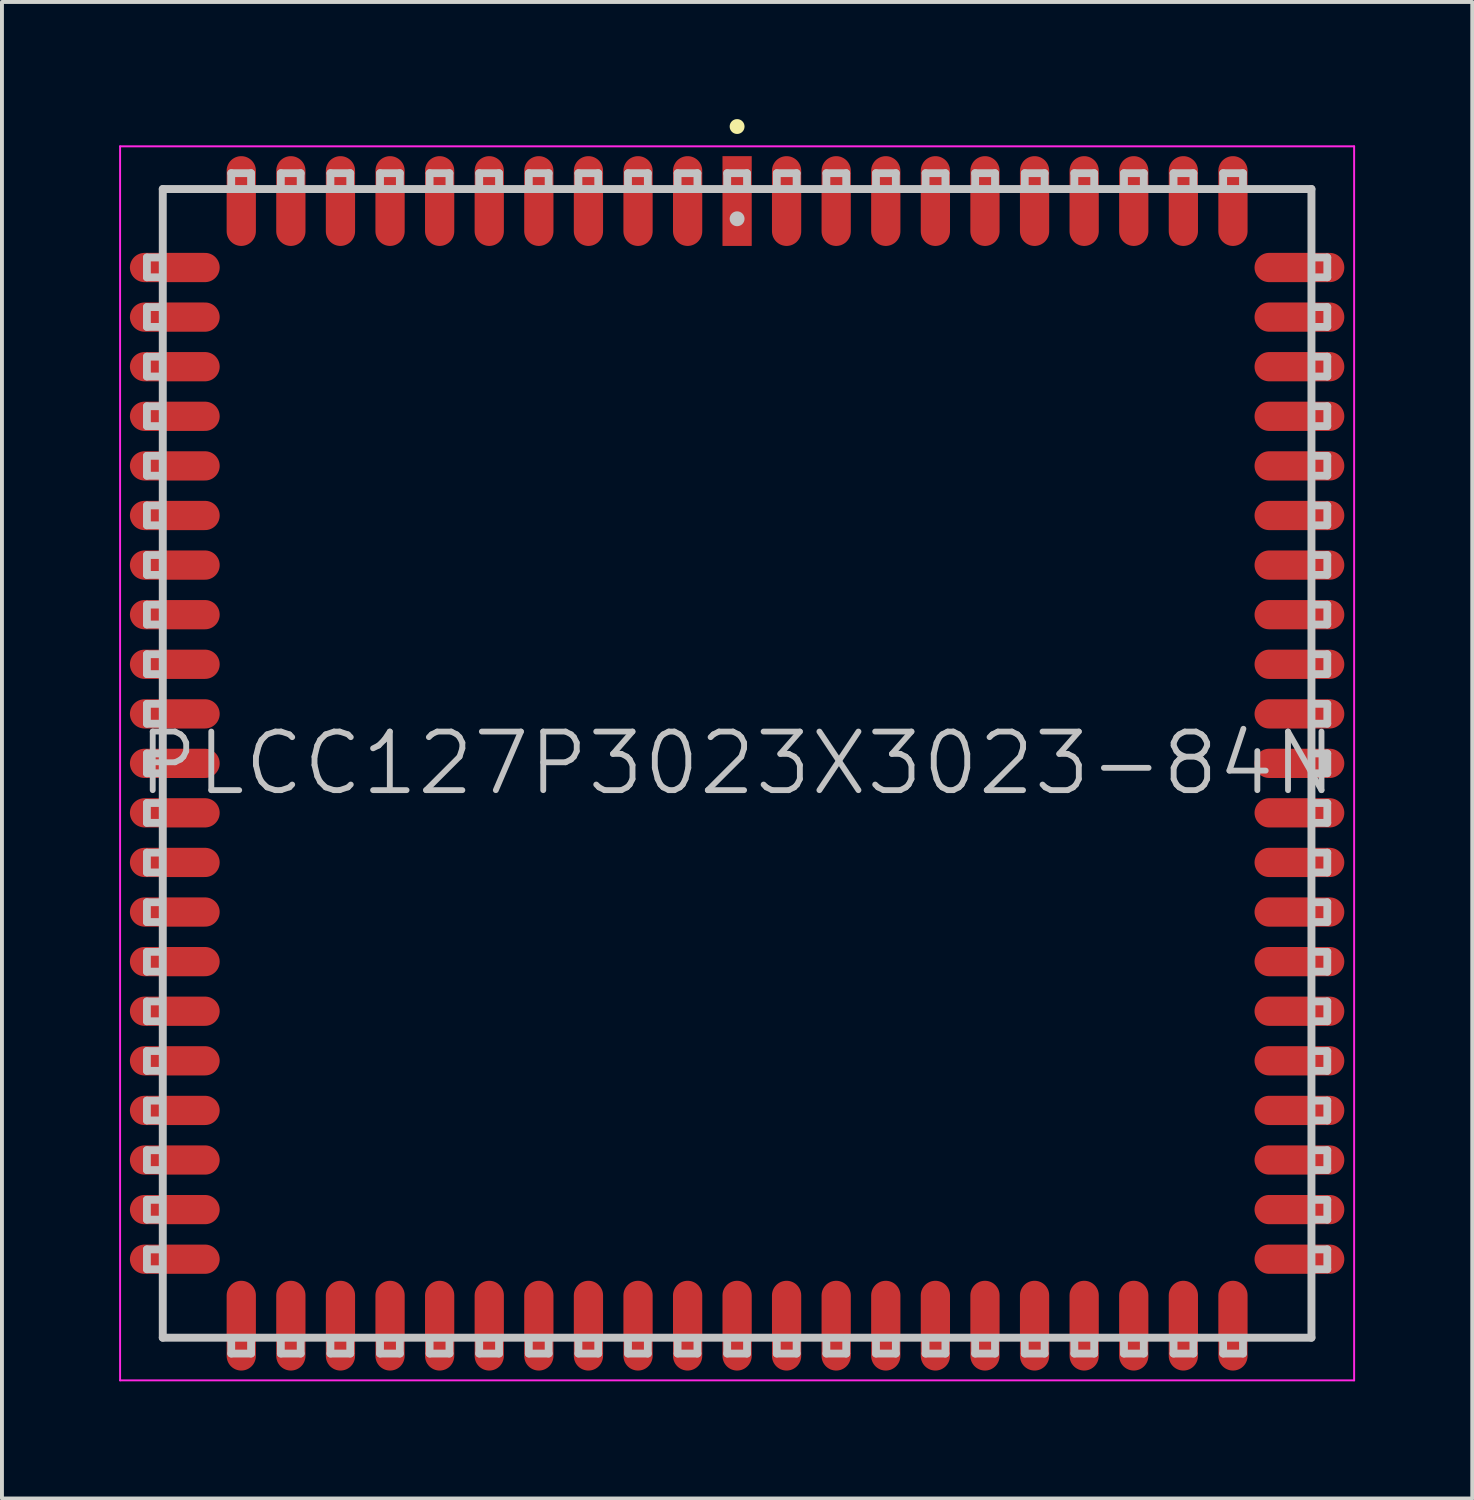
<source format=kicad_pcb>
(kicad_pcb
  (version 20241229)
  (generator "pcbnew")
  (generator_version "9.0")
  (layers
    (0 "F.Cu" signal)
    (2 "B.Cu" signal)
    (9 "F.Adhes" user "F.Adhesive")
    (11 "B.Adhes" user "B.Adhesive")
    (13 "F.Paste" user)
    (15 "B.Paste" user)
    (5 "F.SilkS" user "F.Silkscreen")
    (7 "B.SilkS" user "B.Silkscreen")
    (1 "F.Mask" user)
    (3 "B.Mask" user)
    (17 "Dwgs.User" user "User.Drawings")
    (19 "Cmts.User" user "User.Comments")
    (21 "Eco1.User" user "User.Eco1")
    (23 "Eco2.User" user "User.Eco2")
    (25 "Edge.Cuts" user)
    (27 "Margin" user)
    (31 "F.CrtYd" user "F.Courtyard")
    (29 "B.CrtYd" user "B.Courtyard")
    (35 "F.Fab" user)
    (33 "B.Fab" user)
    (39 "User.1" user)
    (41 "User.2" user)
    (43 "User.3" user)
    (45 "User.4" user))
  (footprint "PLCC127P3023X3023-84N"
    (layer "F.Cu")
    (at 15.825 16.497)
    (property "Reference" "PLCC127P3023X3023-84N" (at 0 0 0) (layer "Dwgs.User") (effects (font (size 1.5 1.5) (thickness 0.15))))
    (attr smd)
    (fp_line (start 0 -16.307) (end 0 -16.307) (stroke (width 0.381) (type solid)) (layer "F.SilkS"))
    (fp_line (start -15.113 -12.446) (end -15.113 -12.954) (stroke (width 0.2) (type solid)) (layer "Dwgs.User"))
    (fp_line (start -15.113 -11.176) (end -15.113 -11.684) (stroke (width 0.2) (type solid)) (layer "Dwgs.User"))
    (fp_line (start -15.113 -9.906) (end -15.113 -10.414) (stroke (width 0.2) (type solid)) (layer "Dwgs.User"))
    (fp_line (start -15.113 -8.636) (end -15.113 -9.144) (stroke (width 0.2) (type solid)) (layer "Dwgs.User"))
    (fp_line (start -15.113 -7.366) (end -15.113 -7.874) (stroke (width 0.2) (type solid)) (layer "Dwgs.User"))
    (fp_line (start -15.113 -6.096) (end -15.113 -6.604) (stroke (width 0.2) (type solid)) (layer "Dwgs.User"))
    (fp_line (start -15.113 -4.826) (end -15.113 -5.334) (stroke (width 0.2) (type solid)) (layer "Dwgs.User"))
    (fp_line (start -15.113 -3.556) (end -15.113 -4.064) (stroke (width 0.2) (type solid)) (layer "Dwgs.User"))
    (fp_line (start -15.113 -2.286) (end -15.113 -2.794) (stroke (width 0.2) (type solid)) (layer "Dwgs.User"))
    (fp_line (start -15.113 -1.016) (end -15.113 -1.524) (stroke (width 0.2) (type solid)) (layer "Dwgs.User"))
    (fp_line (start -15.113 0.254) (end -15.113 -0.254) (stroke (width 0.2) (type solid)) (layer "Dwgs.User"))
    (fp_line (start -15.113 1.524) (end -15.113 1.016) (stroke (width 0.2) (type solid)) (layer "Dwgs.User"))
    (fp_line (start -15.113 2.794) (end -15.113 2.286) (stroke (width 0.2) (type solid)) (layer "Dwgs.User"))
    (fp_line (start -15.113 4.064) (end -15.113 3.556) (stroke (width 0.2) (type solid)) (layer "Dwgs.User"))
    (fp_line (start -15.113 5.334) (end -15.113 4.826) (stroke (width 0.2) (type solid)) (layer "Dwgs.User"))
    (fp_line (start -15.113 6.604) (end -15.113 6.096) (stroke (width 0.2) (type solid)) (layer "Dwgs.User"))
    (fp_line (start -15.113 7.874) (end -15.113 7.366) (stroke (width 0.2) (type solid)) (layer "Dwgs.User"))
    (fp_line (start -15.113 9.144) (end -15.113 8.636) (stroke (width 0.2) (type solid)) (layer "Dwgs.User"))
    (fp_line (start -15.113 10.414) (end -15.113 9.906) (stroke (width 0.2) (type solid)) (layer "Dwgs.User"))
    (fp_line (start -15.113 11.684) (end -15.113 11.176) (stroke (width 0.2) (type solid)) (layer "Dwgs.User"))
    (fp_line (start -15.113 12.954) (end -15.113 12.446) (stroke (width 0.2) (type solid)) (layer "Dwgs.User"))
    (fp_line (start -14.732 -12.954) (end -15.113 -12.954) (stroke (width 0.2) (type solid)) (layer "Dwgs.User"))
    (fp_line (start -14.732 -12.446) (end -15.113 -12.446) (stroke (width 0.2) (type solid)) (layer "Dwgs.User"))
    (fp_line (start -14.732 -11.684) (end -15.113 -11.684) (stroke (width 0.2) (type solid)) (layer "Dwgs.User"))
    (fp_line (start -14.732 -11.176) (end -15.113 -11.176) (stroke (width 0.2) (type solid)) (layer "Dwgs.User"))
    (fp_line (start -14.732 -10.414) (end -15.113 -10.414) (stroke (width 0.2) (type solid)) (layer "Dwgs.User"))
    (fp_line (start -14.732 -9.906) (end -15.113 -9.906) (stroke (width 0.2) (type solid)) (layer "Dwgs.User"))
    (fp_line (start -14.732 -9.144) (end -15.113 -9.144) (stroke (width 0.2) (type solid)) (layer "Dwgs.User"))
    (fp_line (start -14.732 -8.636) (end -15.113 -8.636) (stroke (width 0.2) (type solid)) (layer "Dwgs.User"))
    (fp_line (start -14.732 -7.874) (end -15.113 -7.874) (stroke (width 0.2) (type solid)) (layer "Dwgs.User"))
    (fp_line (start -14.732 -7.366) (end -15.113 -7.366) (stroke (width 0.2) (type solid)) (layer "Dwgs.User"))
    (fp_line (start -14.732 -6.604) (end -15.113 -6.604) (stroke (width 0.2) (type solid)) (layer "Dwgs.User"))
    (fp_line (start -14.732 -6.096) (end -15.113 -6.096) (stroke (width 0.2) (type solid)) (layer "Dwgs.User"))
    (fp_line (start -14.732 -5.334) (end -15.113 -5.334) (stroke (width 0.2) (type solid)) (layer "Dwgs.User"))
    (fp_line (start -14.732 -4.826) (end -15.113 -4.826) (stroke (width 0.2) (type solid)) (layer "Dwgs.User"))
    (fp_line (start -14.732 -4.064) (end -15.113 -4.064) (stroke (width 0.2) (type solid)) (layer "Dwgs.User"))
    (fp_line (start -14.732 -3.556) (end -15.113 -3.556) (stroke (width 0.2) (type solid)) (layer "Dwgs.User"))
    (fp_line (start -14.732 -2.794) (end -15.113 -2.794) (stroke (width 0.2) (type solid)) (layer "Dwgs.User"))
    (fp_line (start -14.732 -2.286) (end -15.113 -2.286) (stroke (width 0.2) (type solid)) (layer "Dwgs.User"))
    (fp_line (start -14.732 -1.524) (end -15.113 -1.524) (stroke (width 0.2) (type solid)) (layer "Dwgs.User"))
    (fp_line (start -14.732 -1.016) (end -15.113 -1.016) (stroke (width 0.2) (type solid)) (layer "Dwgs.User"))
    (fp_line (start -14.732 -0.254) (end -15.113 -0.254) (stroke (width 0.2) (type solid)) (layer "Dwgs.User"))
    (fp_line (start -14.732 0.254) (end -15.113 0.254) (stroke (width 0.2) (type solid)) (layer "Dwgs.User"))
    (fp_line (start -14.732 1.016) (end -15.113 1.016) (stroke (width 0.2) (type solid)) (layer "Dwgs.User"))
    (fp_line (start -14.732 1.524) (end -15.113 1.524) (stroke (width 0.2) (type solid)) (layer "Dwgs.User"))
    (fp_line (start -14.732 2.286) (end -15.113 2.286) (stroke (width 0.2) (type solid)) (layer "Dwgs.User"))
    (fp_line (start -14.732 2.794) (end -15.113 2.794) (stroke (width 0.2) (type solid)) (layer "Dwgs.User"))
    (fp_line (start -14.732 3.556) (end -15.113 3.556) (stroke (width 0.2) (type solid)) (layer "Dwgs.User"))
    (fp_line (start -14.732 4.064) (end -15.113 4.064) (stroke (width 0.2) (type solid)) (layer "Dwgs.User"))
    (fp_line (start -14.732 4.826) (end -15.113 4.826) (stroke (width 0.2) (type solid)) (layer "Dwgs.User"))
    (fp_line (start -14.732 5.334) (end -15.113 5.334) (stroke (width 0.2) (type solid)) (layer "Dwgs.User"))
    (fp_line (start -14.732 6.096) (end -15.113 6.096) (stroke (width 0.2) (type solid)) (layer "Dwgs.User"))
    (fp_line (start -14.732 6.604) (end -15.113 6.604) (stroke (width 0.2) (type solid)) (layer "Dwgs.User"))
    (fp_line (start -14.732 7.366) (end -15.113 7.366) (stroke (width 0.2) (type solid)) (layer "Dwgs.User"))
    (fp_line (start -14.732 7.874) (end -15.113 7.874) (stroke (width 0.2) (type solid)) (layer "Dwgs.User"))
    (fp_line (start -14.732 8.636) (end -15.113 8.636) (stroke (width 0.2) (type solid)) (layer "Dwgs.User"))
    (fp_line (start -14.732 9.144) (end -15.113 9.144) (stroke (width 0.2) (type solid)) (layer "Dwgs.User"))
    (fp_line (start -14.732 9.906) (end -15.113 9.906) (stroke (width 0.2) (type solid)) (layer "Dwgs.User"))
    (fp_line (start -14.732 10.414) (end -15.113 10.414) (stroke (width 0.2) (type solid)) (layer "Dwgs.User"))
    (fp_line (start -14.732 11.176) (end -15.113 11.176) (stroke (width 0.2) (type solid)) (layer "Dwgs.User"))
    (fp_line (start -14.732 11.684) (end -15.113 11.684) (stroke (width 0.2) (type solid)) (layer "Dwgs.User"))
    (fp_line (start -14.732 12.446) (end -15.113 12.446) (stroke (width 0.2) (type solid)) (layer "Dwgs.User"))
    (fp_line (start -14.732 12.954) (end -15.113 12.954) (stroke (width 0.2) (type solid)) (layer "Dwgs.User"))
    (fp_line (start -14.707 -14.707) (end -14.707 14.707) (stroke (width 0.203) (type solid)) (layer "Dwgs.User"))
    (fp_line (start -14.707 -14.707) (end 14.707 -14.707) (stroke (width 0.203) (type solid)) (layer "Dwgs.User"))
    (fp_line (start -14.707 14.707) (end 14.707 14.707) (stroke (width 0.203) (type solid)) (layer "Dwgs.User"))
    (fp_line (start -12.954 -15.113) (end -12.446 -15.113) (stroke (width 0.2) (type solid)) (layer "Dwgs.User"))
    (fp_line (start -12.954 -14.732) (end -12.954 -15.113) (stroke (width 0.2) (type solid)) (layer "Dwgs.User"))
    (fp_line (start -12.954 14.732) (end -12.954 15.113) (stroke (width 0.2) (type solid)) (layer "Dwgs.User"))
    (fp_line (start -12.446 -14.732) (end -12.446 -15.113) (stroke (width 0.2) (type solid)) (layer "Dwgs.User"))
    (fp_line (start -12.446 14.732) (end -12.446 15.113) (stroke (width 0.2) (type solid)) (layer "Dwgs.User"))
    (fp_line (start -12.446 15.113) (end -12.954 15.113) (stroke (width 0.2) (type solid)) (layer "Dwgs.User"))
    (fp_line (start -11.684 -15.113) (end -11.176 -15.113) (stroke (width 0.2) (type solid)) (layer "Dwgs.User"))
    (fp_line (start -11.684 -14.732) (end -11.684 -15.113) (stroke (width 0.2) (type solid)) (layer "Dwgs.User"))
    (fp_line (start -11.684 14.732) (end -11.684 15.113) (stroke (width 0.2) (type solid)) (layer "Dwgs.User"))
    (fp_line (start -11.176 -14.732) (end -11.176 -15.113) (stroke (width 0.2) (type solid)) (layer "Dwgs.User"))
    (fp_line (start -11.176 14.732) (end -11.176 15.113) (stroke (width 0.2) (type solid)) (layer "Dwgs.User"))
    (fp_line (start -11.176 15.113) (end -11.684 15.113) (stroke (width 0.2) (type solid)) (layer "Dwgs.User"))
    (fp_line (start -10.414 -15.113) (end -9.906 -15.113) (stroke (width 0.2) (type solid)) (layer "Dwgs.User"))
    (fp_line (start -10.414 -14.732) (end -10.414 -15.113) (stroke (width 0.2) (type solid)) (layer "Dwgs.User"))
    (fp_line (start -10.414 14.732) (end -10.414 15.113) (stroke (width 0.2) (type solid)) (layer "Dwgs.User"))
    (fp_line (start -9.906 -14.732) (end -9.906 -15.113) (stroke (width 0.2) (type solid)) (layer "Dwgs.User"))
    (fp_line (start -9.906 14.732) (end -9.906 15.113) (stroke (width 0.2) (type solid)) (layer "Dwgs.User"))
    (fp_line (start -9.906 15.113) (end -10.414 15.113) (stroke (width 0.2) (type solid)) (layer "Dwgs.User"))
    (fp_line (start -9.144 -15.113) (end -8.636 -15.113) (stroke (width 0.2) (type solid)) (layer "Dwgs.User"))
    (fp_line (start -9.144 -14.732) (end -9.144 -15.113) (stroke (width 0.2) (type solid)) (layer "Dwgs.User"))
    (fp_line (start -9.144 14.732) (end -9.144 15.113) (stroke (width 0.2) (type solid)) (layer "Dwgs.User"))
    (fp_line (start -8.636 -14.732) (end -8.636 -15.113) (stroke (width 0.2) (type solid)) (layer "Dwgs.User"))
    (fp_line (start -8.636 14.732) (end -8.636 15.113) (stroke (width 0.2) (type solid)) (layer "Dwgs.User"))
    (fp_line (start -8.636 15.113) (end -9.144 15.113) (stroke (width 0.2) (type solid)) (layer "Dwgs.User"))
    (fp_line (start -7.874 -15.113) (end -7.366 -15.113) (stroke (width 0.2) (type solid)) (layer "Dwgs.User"))
    (fp_line (start -7.874 -14.732) (end -7.874 -15.113) (stroke (width 0.2) (type solid)) (layer "Dwgs.User"))
    (fp_line (start -7.874 14.732) (end -7.874 15.113) (stroke (width 0.2) (type solid)) (layer "Dwgs.User"))
    (fp_line (start -7.366 -14.732) (end -7.366 -15.113) (stroke (width 0.2) (type solid)) (layer "Dwgs.User"))
    (fp_line (start -7.366 14.732) (end -7.366 15.113) (stroke (width 0.2) (type solid)) (layer "Dwgs.User"))
    (fp_line (start -7.366 15.113) (end -7.874 15.113) (stroke (width 0.2) (type solid)) (layer "Dwgs.User"))
    (fp_line (start -6.604 -15.113) (end -6.096 -15.113) (stroke (width 0.2) (type solid)) (layer "Dwgs.User"))
    (fp_line (start -6.604 -14.732) (end -6.604 -15.113) (stroke (width 0.2) (type solid)) (layer "Dwgs.User"))
    (fp_line (start -6.604 14.732) (end -6.604 15.113) (stroke (width 0.2) (type solid)) (layer "Dwgs.User"))
    (fp_line (start -6.096 -14.732) (end -6.096 -15.113) (stroke (width 0.2) (type solid)) (layer "Dwgs.User"))
    (fp_line (start -6.096 14.732) (end -6.096 15.113) (stroke (width 0.2) (type solid)) (layer "Dwgs.User"))
    (fp_line (start -6.096 15.113) (end -6.604 15.113) (stroke (width 0.2) (type solid)) (layer "Dwgs.User"))
    (fp_line (start -5.334 -15.113) (end -4.826 -15.113) (stroke (width 0.2) (type solid)) (layer "Dwgs.User"))
    (fp_line (start -5.334 -14.732) (end -5.334 -15.113) (stroke (width 0.2) (type solid)) (layer "Dwgs.User"))
    (fp_line (start -5.334 14.732) (end -5.334 15.113) (stroke (width 0.2) (type solid)) (layer "Dwgs.User"))
    (fp_line (start -4.826 -14.732) (end -4.826 -15.113) (stroke (width 0.2) (type solid)) (layer "Dwgs.User"))
    (fp_line (start -4.826 14.732) (end -4.826 15.113) (stroke (width 0.2) (type solid)) (layer "Dwgs.User"))
    (fp_line (start -4.826 15.113) (end -5.334 15.113) (stroke (width 0.2) (type solid)) (layer "Dwgs.User"))
    (fp_line (start -4.064 -15.113) (end -3.556 -15.113) (stroke (width 0.2) (type solid)) (layer "Dwgs.User"))
    (fp_line (start -4.064 -14.732) (end -4.064 -15.113) (stroke (width 0.2) (type solid)) (layer "Dwgs.User"))
    (fp_line (start -4.064 14.732) (end -4.064 15.113) (stroke (width 0.2) (type solid)) (layer "Dwgs.User"))
    (fp_line (start -3.556 -14.732) (end -3.556 -15.113) (stroke (width 0.2) (type solid)) (layer "Dwgs.User"))
    (fp_line (start -3.556 14.732) (end -3.556 15.113) (stroke (width 0.2) (type solid)) (layer "Dwgs.User"))
    (fp_line (start -3.556 15.113) (end -4.064 15.113) (stroke (width 0.2) (type solid)) (layer "Dwgs.User"))
    (fp_line (start -2.794 -15.113) (end -2.286 -15.113) (stroke (width 0.2) (type solid)) (layer "Dwgs.User"))
    (fp_line (start -2.794 -14.732) (end -2.794 -15.113) (stroke (width 0.2) (type solid)) (layer "Dwgs.User"))
    (fp_line (start -2.794 14.732) (end -2.794 15.113) (stroke (width 0.2) (type solid)) (layer "Dwgs.User"))
    (fp_line (start -2.286 -14.732) (end -2.286 -15.113) (stroke (width 0.2) (type solid)) (layer "Dwgs.User"))
    (fp_line (start -2.286 14.732) (end -2.286 15.113) (stroke (width 0.2) (type solid)) (layer "Dwgs.User"))
    (fp_line (start -2.286 15.113) (end -2.794 15.113) (stroke (width 0.2) (type solid)) (layer "Dwgs.User"))
    (fp_line (start -1.524 -15.113) (end -1.016 -15.113) (stroke (width 0.2) (type solid)) (layer "Dwgs.User"))
    (fp_line (start -1.524 -14.732) (end -1.524 -15.113) (stroke (width 0.2) (type solid)) (layer "Dwgs.User"))
    (fp_line (start -1.524 14.732) (end -1.524 15.113) (stroke (width 0.2) (type solid)) (layer "Dwgs.User"))
    (fp_line (start -1.016 -14.732) (end -1.016 -15.113) (stroke (width 0.2) (type solid)) (layer "Dwgs.User"))
    (fp_line (start -1.016 14.732) (end -1.016 15.113) (stroke (width 0.2) (type solid)) (layer "Dwgs.User"))
    (fp_line (start -1.016 15.113) (end -1.524 15.113) (stroke (width 0.2) (type solid)) (layer "Dwgs.User"))
    (fp_line (start -0.254 -15.113) (end 0.254 -15.113) (stroke (width 0.2) (type solid)) (layer "Dwgs.User"))
    (fp_line (start -0.254 -14.732) (end -0.254 -15.113) (stroke (width 0.2) (type solid)) (layer "Dwgs.User"))
    (fp_line (start -0.254 14.732) (end -0.254 15.113) (stroke (width 0.2) (type solid)) (layer "Dwgs.User"))
    (fp_line (start 0 -13.945) (end 0 -13.945) (stroke (width 0.381) (type solid)) (layer "Dwgs.User"))
    (fp_line (start 0.254 -14.732) (end 0.254 -15.113) (stroke (width 0.2) (type solid)) (layer "Dwgs.User"))
    (fp_line (start 0.254 14.732) (end 0.254 15.113) (stroke (width 0.2) (type solid)) (layer "Dwgs.User"))
    (fp_line (start 0.254 15.113) (end -0.254 15.113) (stroke (width 0.2) (type solid)) (layer "Dwgs.User"))
    (fp_line (start 1.016 -15.113) (end 1.524 -15.113) (stroke (width 0.2) (type solid)) (layer "Dwgs.User"))
    (fp_line (start 1.016 -14.732) (end 1.016 -15.113) (stroke (width 0.2) (type solid)) (layer "Dwgs.User"))
    (fp_line (start 1.016 14.732) (end 1.016 15.113) (stroke (width 0.2) (type solid)) (layer "Dwgs.User"))
    (fp_line (start 1.524 -14.732) (end 1.524 -15.113) (stroke (width 0.2) (type solid)) (layer "Dwgs.User"))
    (fp_line (start 1.524 14.732) (end 1.524 15.113) (stroke (width 0.2) (type solid)) (layer "Dwgs.User"))
    (fp_line (start 1.524 15.113) (end 1.016 15.113) (stroke (width 0.2) (type solid)) (layer "Dwgs.User"))
    (fp_line (start 2.286 -15.113) (end 2.794 -15.113) (stroke (width 0.2) (type solid)) (layer "Dwgs.User"))
    (fp_line (start 2.286 -14.732) (end 2.286 -15.113) (stroke (width 0.2) (type solid)) (layer "Dwgs.User"))
    (fp_line (start 2.286 14.732) (end 2.286 15.113) (stroke (width 0.2) (type solid)) (layer "Dwgs.User"))
    (fp_line (start 2.794 -14.732) (end 2.794 -15.113) (stroke (width 0.2) (type solid)) (layer "Dwgs.User"))
    (fp_line (start 2.794 14.732) (end 2.794 15.113) (stroke (width 0.2) (type solid)) (layer "Dwgs.User"))
    (fp_line (start 2.794 15.113) (end 2.286 15.113) (stroke (width 0.2) (type solid)) (layer "Dwgs.User"))
    (fp_line (start 3.556 -15.113) (end 4.064 -15.113) (stroke (width 0.2) (type solid)) (layer "Dwgs.User"))
    (fp_line (start 3.556 -14.732) (end 3.556 -15.113) (stroke (width 0.2) (type solid)) (layer "Dwgs.User"))
    (fp_line (start 3.556 14.732) (end 3.556 15.113) (stroke (width 0.2) (type solid)) (layer "Dwgs.User"))
    (fp_line (start 4.064 -14.732) (end 4.064 -15.113) (stroke (width 0.2) (type solid)) (layer "Dwgs.User"))
    (fp_line (start 4.064 14.732) (end 4.064 15.113) (stroke (width 0.2) (type solid)) (layer "Dwgs.User"))
    (fp_line (start 4.064 15.113) (end 3.556 15.113) (stroke (width 0.2) (type solid)) (layer "Dwgs.User"))
    (fp_line (start 4.826 -15.113) (end 5.334 -15.113) (stroke (width 0.2) (type solid)) (layer "Dwgs.User"))
    (fp_line (start 4.826 -14.732) (end 4.826 -15.113) (stroke (width 0.2) (type solid)) (layer "Dwgs.User"))
    (fp_line (start 4.826 14.732) (end 4.826 15.113) (stroke (width 0.2) (type solid)) (layer "Dwgs.User"))
    (fp_line (start 5.334 -14.732) (end 5.334 -15.113) (stroke (width 0.2) (type solid)) (layer "Dwgs.User"))
    (fp_line (start 5.334 14.732) (end 5.334 15.113) (stroke (width 0.2) (type solid)) (layer "Dwgs.User"))
    (fp_line (start 5.334 15.113) (end 4.826 15.113) (stroke (width 0.2) (type solid)) (layer "Dwgs.User"))
    (fp_line (start 6.096 -15.113) (end 6.604 -15.113) (stroke (width 0.2) (type solid)) (layer "Dwgs.User"))
    (fp_line (start 6.096 -14.732) (end 6.096 -15.113) (stroke (width 0.2) (type solid)) (layer "Dwgs.User"))
    (fp_line (start 6.096 14.732) (end 6.096 15.113) (stroke (width 0.2) (type solid)) (layer "Dwgs.User"))
    (fp_line (start 6.604 -14.732) (end 6.604 -15.113) (stroke (width 0.2) (type solid)) (layer "Dwgs.User"))
    (fp_line (start 6.604 14.732) (end 6.604 15.113) (stroke (width 0.2) (type solid)) (layer "Dwgs.User"))
    (fp_line (start 6.604 15.113) (end 6.096 15.113) (stroke (width 0.2) (type solid)) (layer "Dwgs.User"))
    (fp_line (start 7.366 -15.113) (end 7.874 -15.113) (stroke (width 0.2) (type solid)) (layer "Dwgs.User"))
    (fp_line (start 7.366 -14.732) (end 7.366 -15.113) (stroke (width 0.2) (type solid)) (layer "Dwgs.User"))
    (fp_line (start 7.366 14.732) (end 7.366 15.113) (stroke (width 0.2) (type solid)) (layer "Dwgs.User"))
    (fp_line (start 7.874 -14.732) (end 7.874 -15.113) (stroke (width 0.2) (type solid)) (layer "Dwgs.User"))
    (fp_line (start 7.874 14.732) (end 7.874 15.113) (stroke (width 0.2) (type solid)) (layer "Dwgs.User"))
    (fp_line (start 7.874 15.113) (end 7.366 15.113) (stroke (width 0.2) (type solid)) (layer "Dwgs.User"))
    (fp_line (start 8.636 -15.113) (end 9.144 -15.113) (stroke (width 0.2) (type solid)) (layer "Dwgs.User"))
    (fp_line (start 8.636 -14.732) (end 8.636 -15.113) (stroke (width 0.2) (type solid)) (layer "Dwgs.User"))
    (fp_line (start 8.636 14.732) (end 8.636 15.113) (stroke (width 0.2) (type solid)) (layer "Dwgs.User"))
    (fp_line (start 9.144 -14.732) (end 9.144 -15.113) (stroke (width 0.2) (type solid)) (layer "Dwgs.User"))
    (fp_line (start 9.144 14.732) (end 9.144 15.113) (stroke (width 0.2) (type solid)) (layer "Dwgs.User"))
    (fp_line (start 9.144 15.113) (end 8.636 15.113) (stroke (width 0.2) (type solid)) (layer "Dwgs.User"))
    (fp_line (start 9.906 -15.113) (end 10.414 -15.113) (stroke (width 0.2) (type solid)) (layer "Dwgs.User"))
    (fp_line (start 9.906 -14.732) (end 9.906 -15.113) (stroke (width 0.2) (type solid)) (layer "Dwgs.User"))
    (fp_line (start 9.906 14.732) (end 9.906 15.113) (stroke (width 0.2) (type solid)) (layer "Dwgs.User"))
    (fp_line (start 10.414 -14.732) (end 10.414 -15.113) (stroke (width 0.2) (type solid)) (layer "Dwgs.User"))
    (fp_line (start 10.414 14.732) (end 10.414 15.113) (stroke (width 0.2) (type solid)) (layer "Dwgs.User"))
    (fp_line (start 10.414 15.113) (end 9.906 15.113) (stroke (width 0.2) (type solid)) (layer "Dwgs.User"))
    (fp_line (start 11.176 -15.113) (end 11.684 -15.113) (stroke (width 0.2) (type solid)) (layer "Dwgs.User"))
    (fp_line (start 11.176 -14.732) (end 11.176 -15.113) (stroke (width 0.2) (type solid)) (layer "Dwgs.User"))
    (fp_line (start 11.176 14.732) (end 11.176 15.113) (stroke (width 0.2) (type solid)) (layer "Dwgs.User"))
    (fp_line (start 11.684 -14.732) (end 11.684 -15.113) (stroke (width 0.2) (type solid)) (layer "Dwgs.User"))
    (fp_line (start 11.684 14.732) (end 11.684 15.113) (stroke (width 0.2) (type solid)) (layer "Dwgs.User"))
    (fp_line (start 11.684 15.113) (end 11.176 15.113) (stroke (width 0.2) (type solid)) (layer "Dwgs.User"))
    (fp_line (start 12.446 -15.113) (end 12.954 -15.113) (stroke (width 0.2) (type solid)) (layer "Dwgs.User"))
    (fp_line (start 12.446 -14.732) (end 12.446 -15.113) (stroke (width 0.2) (type solid)) (layer "Dwgs.User"))
    (fp_line (start 12.446 14.732) (end 12.446 15.113) (stroke (width 0.2) (type solid)) (layer "Dwgs.User"))
    (fp_line (start 12.954 -14.732) (end 12.954 -15.113) (stroke (width 0.2) (type solid)) (layer "Dwgs.User"))
    (fp_line (start 12.954 14.732) (end 12.954 15.113) (stroke (width 0.2) (type solid)) (layer "Dwgs.User"))
    (fp_line (start 12.954 15.113) (end 12.446 15.113) (stroke (width 0.2) (type solid)) (layer "Dwgs.User"))
    (fp_line (start 14.707 -14.707) (end 14.707 14.707) (stroke (width 0.203) (type solid)) (layer "Dwgs.User"))
    (fp_line (start 14.732 -12.954) (end 15.113 -12.954) (stroke (width 0.2) (type solid)) (layer "Dwgs.User"))
    (fp_line (start 14.732 -12.446) (end 15.113 -12.446) (stroke (width 0.2) (type solid)) (layer "Dwgs.User"))
    (fp_line (start 14.732 -11.684) (end 15.113 -11.684) (stroke (width 0.2) (type solid)) (layer "Dwgs.User"))
    (fp_line (start 14.732 -11.176) (end 15.113 -11.176) (stroke (width 0.2) (type solid)) (layer "Dwgs.User"))
    (fp_line (start 14.732 -10.414) (end 15.113 -10.414) (stroke (width 0.2) (type solid)) (layer "Dwgs.User"))
    (fp_line (start 14.732 -9.906) (end 15.113 -9.906) (stroke (width 0.2) (type solid)) (layer "Dwgs.User"))
    (fp_line (start 14.732 -9.144) (end 15.113 -9.144) (stroke (width 0.2) (type solid)) (layer "Dwgs.User"))
    (fp_line (start 14.732 -8.636) (end 15.113 -8.636) (stroke (width 0.2) (type solid)) (layer "Dwgs.User"))
    (fp_line (start 14.732 -7.874) (end 15.113 -7.874) (stroke (width 0.2) (type solid)) (layer "Dwgs.User"))
    (fp_line (start 14.732 -7.366) (end 15.113 -7.366) (stroke (width 0.2) (type solid)) (layer "Dwgs.User"))
    (fp_line (start 14.732 -6.604) (end 15.113 -6.604) (stroke (width 0.2) (type solid)) (layer "Dwgs.User"))
    (fp_line (start 14.732 -6.096) (end 15.113 -6.096) (stroke (width 0.2) (type solid)) (layer "Dwgs.User"))
    (fp_line (start 14.732 -5.334) (end 15.113 -5.334) (stroke (width 0.2) (type solid)) (layer "Dwgs.User"))
    (fp_line (start 14.732 -4.826) (end 15.113 -4.826) (stroke (width 0.2) (type solid)) (layer "Dwgs.User"))
    (fp_line (start 14.732 -4.064) (end 15.113 -4.064) (stroke (width 0.2) (type solid)) (layer "Dwgs.User"))
    (fp_line (start 14.732 -3.556) (end 15.113 -3.556) (stroke (width 0.2) (type solid)) (layer "Dwgs.User"))
    (fp_line (start 14.732 -2.794) (end 15.113 -2.794) (stroke (width 0.2) (type solid)) (layer "Dwgs.User"))
    (fp_line (start 14.732 -2.286) (end 15.113 -2.286) (stroke (width 0.2) (type solid)) (layer "Dwgs.User"))
    (fp_line (start 14.732 -1.524) (end 15.113 -1.524) (stroke (width 0.2) (type solid)) (layer "Dwgs.User"))
    (fp_line (start 14.732 -1.016) (end 15.113 -1.016) (stroke (width 0.2) (type solid)) (layer "Dwgs.User"))
    (fp_line (start 14.732 -0.254) (end 15.113 -0.254) (stroke (width 0.2) (type solid)) (layer "Dwgs.User"))
    (fp_line (start 14.732 0.254) (end 15.113 0.254) (stroke (width 0.2) (type solid)) (layer "Dwgs.User"))
    (fp_line (start 14.732 1.016) (end 15.113 1.016) (stroke (width 0.2) (type solid)) (layer "Dwgs.User"))
    (fp_line (start 14.732 1.524) (end 15.113 1.524) (stroke (width 0.2) (type solid)) (layer "Dwgs.User"))
    (fp_line (start 14.732 2.286) (end 15.113 2.286) (stroke (width 0.2) (type solid)) (layer "Dwgs.User"))
    (fp_line (start 14.732 2.794) (end 15.113 2.794) (stroke (width 0.2) (type solid)) (layer "Dwgs.User"))
    (fp_line (start 14.732 3.556) (end 15.113 3.556) (stroke (width 0.2) (type solid)) (layer "Dwgs.User"))
    (fp_line (start 14.732 4.064) (end 15.113 4.064) (stroke (width 0.2) (type solid)) (layer "Dwgs.User"))
    (fp_line (start 14.732 4.826) (end 15.113 4.826) (stroke (width 0.2) (type solid)) (layer "Dwgs.User"))
    (fp_line (start 14.732 5.334) (end 15.113 5.334) (stroke (width 0.2) (type solid)) (layer "Dwgs.User"))
    (fp_line (start 14.732 6.096) (end 15.113 6.096) (stroke (width 0.2) (type solid)) (layer "Dwgs.User"))
    (fp_line (start 14.732 6.604) (end 15.113 6.604) (stroke (width 0.2) (type solid)) (layer "Dwgs.User"))
    (fp_line (start 14.732 7.366) (end 15.113 7.366) (stroke (width 0.2) (type solid)) (layer "Dwgs.User"))
    (fp_line (start 14.732 7.874) (end 15.113 7.874) (stroke (width 0.2) (type solid)) (layer "Dwgs.User"))
    (fp_line (start 14.732 8.636) (end 15.113 8.636) (stroke (width 0.2) (type solid)) (layer "Dwgs.User"))
    (fp_line (start 14.732 9.144) (end 15.113 9.144) (stroke (width 0.2) (type solid)) (layer "Dwgs.User"))
    (fp_line (start 14.732 9.906) (end 15.113 9.906) (stroke (width 0.2) (type solid)) (layer "Dwgs.User"))
    (fp_line (start 14.732 10.414) (end 15.113 10.414) (stroke (width 0.2) (type solid)) (layer "Dwgs.User"))
    (fp_line (start 14.732 11.176) (end 15.113 11.176) (stroke (width 0.2) (type solid)) (layer "Dwgs.User"))
    (fp_line (start 14.732 11.684) (end 15.113 11.684) (stroke (width 0.2) (type solid)) (layer "Dwgs.User"))
    (fp_line (start 14.732 12.446) (end 15.113 12.446) (stroke (width 0.2) (type solid)) (layer "Dwgs.User"))
    (fp_line (start 14.732 12.954) (end 15.113 12.954) (stroke (width 0.2) (type solid)) (layer "Dwgs.User"))
    (fp_line (start 15.113 -12.954) (end 15.113 -12.446) (stroke (width 0.2) (type solid)) (layer "Dwgs.User"))
    (fp_line (start 15.113 -11.684) (end 15.113 -11.176) (stroke (width 0.2) (type solid)) (layer "Dwgs.User"))
    (fp_line (start 15.113 -10.414) (end 15.113 -9.906) (stroke (width 0.2) (type solid)) (layer "Dwgs.User"))
    (fp_line (start 15.113 -9.144) (end 15.113 -8.636) (stroke (width 0.2) (type solid)) (layer "Dwgs.User"))
    (fp_line (start 15.113 -7.874) (end 15.113 -7.366) (stroke (width 0.2) (type solid)) (layer "Dwgs.User"))
    (fp_line (start 15.113 -6.604) (end 15.113 -6.096) (stroke (width 0.2) (type solid)) (layer "Dwgs.User"))
    (fp_line (start 15.113 -5.334) (end 15.113 -4.826) (stroke (width 0.2) (type solid)) (layer "Dwgs.User"))
    (fp_line (start 15.113 -4.064) (end 15.113 -3.556) (stroke (width 0.2) (type solid)) (layer "Dwgs.User"))
    (fp_line (start 15.113 -2.794) (end 15.113 -2.286) (stroke (width 0.2) (type solid)) (layer "Dwgs.User"))
    (fp_line (start 15.113 -1.524) (end 15.113 -1.016) (stroke (width 0.2) (type solid)) (layer "Dwgs.User"))
    (fp_line (start 15.113 -0.254) (end 15.113 0.254) (stroke (width 0.2) (type solid)) (layer "Dwgs.User"))
    (fp_line (start 15.113 1.016) (end 15.113 1.524) (stroke (width 0.2) (type solid)) (layer "Dwgs.User"))
    (fp_line (start 15.113 2.286) (end 15.113 2.794) (stroke (width 0.2) (type solid)) (layer "Dwgs.User"))
    (fp_line (start 15.113 3.556) (end 15.113 4.064) (stroke (width 0.2) (type solid)) (layer "Dwgs.User"))
    (fp_line (start 15.113 4.826) (end 15.113 5.334) (stroke (width 0.2) (type solid)) (layer "Dwgs.User"))
    (fp_line (start 15.113 6.096) (end 15.113 6.604) (stroke (width 0.2) (type solid)) (layer "Dwgs.User"))
    (fp_line (start 15.113 7.366) (end 15.113 7.874) (stroke (width 0.2) (type solid)) (layer "Dwgs.User"))
    (fp_line (start 15.113 8.636) (end 15.113 9.144) (stroke (width 0.2) (type solid)) (layer "Dwgs.User"))
    (fp_line (start 15.113 9.906) (end 15.113 10.414) (stroke (width 0.2) (type solid)) (layer "Dwgs.User"))
    (fp_line (start 15.113 11.176) (end 15.113 11.684) (stroke (width 0.2) (type solid)) (layer "Dwgs.User"))
    (fp_line (start 15.113 12.446) (end 15.113 12.954) (stroke (width 0.2) (type solid)) (layer "Dwgs.User"))
    (fp_line (start -15.8 -15.8) (end -15.8 15.8) (stroke (width 0.05) (type solid)) (layer "F.CrtYd"))
    (fp_line (start -15.8 -15.8) (end 15.8 -15.8) (stroke (width 0.05) (type solid)) (layer "F.CrtYd"))
    (fp_line (start -15.8 15.8) (end 15.8 15.8) (stroke (width 0.05) (type solid)) (layer "F.CrtYd"))
    (fp_line (start 15.8 -15.8) (end 15.8 15.8) (stroke (width 0.05) (type solid)) (layer "F.CrtYd"))
    (pad "1" smd rect (at 0 -14.399) (size 0.749 2.299) (layers "F.Cu" "F.Mask" "F.Paste"))
    (pad "2" smd oval (at -1.267 -14.399) (size 0.749 2.299) (layers "F.Cu" "F.Mask" "F.Paste"))
    (pad "3" smd oval (at -2.537 -14.399) (size 0.749 2.299) (layers "F.Cu" "F.Mask" "F.Paste"))
    (pad "4" smd oval (at -3.807 -14.399) (size 0.749 2.299) (layers "F.Cu" "F.Mask" "F.Paste"))
    (pad "5" smd oval (at -5.077 -14.399) (size 0.749 2.299) (layers "F.Cu" "F.Mask" "F.Paste"))
    (pad "6" smd oval (at -6.347 -14.399) (size 0.749 2.299) (layers "F.Cu" "F.Mask" "F.Paste"))
    (pad "7" smd oval (at -7.617 -14.399) (size 0.749 2.299) (layers "F.Cu" "F.Mask" "F.Paste"))
    (pad "8" smd oval (at -8.887 -14.399) (size 0.749 2.299) (layers "F.Cu" "F.Mask" "F.Paste"))
    (pad "9" smd oval (at -10.157 -14.399) (size 0.749 2.299) (layers "F.Cu" "F.Mask" "F.Paste"))
    (pad "10" smd oval (at -11.427 -14.399) (size 0.749 2.299) (layers "F.Cu" "F.Mask" "F.Paste"))
    (pad "11" smd oval (at -12.697 -14.399) (size 0.749 2.299) (layers "F.Cu" "F.Mask" "F.Paste"))
    (pad "12" smd oval (at -14.399 -12.697 90) (size 0.749 2.299) (layers "F.Cu" "F.Mask" "F.Paste"))
    (pad "13" smd oval (at -14.399 -11.427 90) (size 0.749 2.299) (layers "F.Cu" "F.Mask" "F.Paste"))
    (pad "14" smd oval (at -14.399 -10.157 90) (size 0.749 2.299) (layers "F.Cu" "F.Mask" "F.Paste"))
    (pad "15" smd oval (at -14.399 -8.887 90) (size 0.749 2.299) (layers "F.Cu" "F.Mask" "F.Paste"))
    (pad "16" smd oval (at -14.399 -7.617 90) (size 0.749 2.299) (layers "F.Cu" "F.Mask" "F.Paste"))
    (pad "17" smd oval (at -14.399 -6.347 90) (size 0.749 2.299) (layers "F.Cu" "F.Mask" "F.Paste"))
    (pad "18" smd oval (at -14.399 -5.077 90) (size 0.749 2.299) (layers "F.Cu" "F.Mask" "F.Paste"))
    (pad "19" smd oval (at -14.399 -3.807 90) (size 0.749 2.299) (layers "F.Cu" "F.Mask" "F.Paste"))
    (pad "20" smd oval (at -14.399 -2.537 90) (size 0.749 2.299) (layers "F.Cu" "F.Mask" "F.Paste"))
    (pad "21" smd oval (at -14.399 -1.267 90) (size 0.749 2.299) (layers "F.Cu" "F.Mask" "F.Paste"))
    (pad "22" smd oval (at -14.399 0 90) (size 0.749 2.299) (layers "F.Cu" "F.Mask" "F.Paste"))
    (pad "23" smd oval (at -14.399 1.267 90) (size 0.749 2.299) (layers "F.Cu" "F.Mask" "F.Paste"))
    (pad "24" smd oval (at -14.399 2.537 90) (size 0.749 2.299) (layers "F.Cu" "F.Mask" "F.Paste"))
    (pad "25" smd oval (at -14.399 3.807 90) (size 0.749 2.299) (layers "F.Cu" "F.Mask" "F.Paste"))
    (pad "26" smd oval (at -14.399 5.077 90) (size 0.749 2.299) (layers "F.Cu" "F.Mask" "F.Paste"))
    (pad "27" smd oval (at -14.399 6.347 90) (size 0.749 2.299) (layers "F.Cu" "F.Mask" "F.Paste"))
    (pad "28" smd oval (at -14.399 7.617 90) (size 0.749 2.299) (layers "F.Cu" "F.Mask" "F.Paste"))
    (pad "29" smd oval (at -14.399 8.887 90) (size 0.749 2.299) (layers "F.Cu" "F.Mask" "F.Paste"))
    (pad "30" smd oval (at -14.399 10.157 90) (size 0.749 2.299) (layers "F.Cu" "F.Mask" "F.Paste"))
    (pad "31" smd oval (at -14.399 11.427 90) (size 0.749 2.299) (layers "F.Cu" "F.Mask" "F.Paste"))
    (pad "32" smd oval (at -14.399 12.697 90) (size 0.749 2.299) (layers "F.Cu" "F.Mask" "F.Paste"))
    (pad "33" smd oval (at -12.697 14.399 180) (size 0.749 2.299) (layers "F.Cu" "F.Mask" "F.Paste"))
    (pad "34" smd oval (at -11.427 14.399 180) (size 0.749 2.299) (layers "F.Cu" "F.Mask" "F.Paste"))
    (pad "35" smd oval (at -10.157 14.399 180) (size 0.749 2.299) (layers "F.Cu" "F.Mask" "F.Paste"))
    (pad "36" smd oval (at -8.887 14.399 180) (size 0.749 2.299) (layers "F.Cu" "F.Mask" "F.Paste"))
    (pad "37" smd oval (at -7.617 14.399 180) (size 0.749 2.299) (layers "F.Cu" "F.Mask" "F.Paste"))
    (pad "38" smd oval (at -6.347 14.399 180) (size 0.749 2.299) (layers "F.Cu" "F.Mask" "F.Paste"))
    (pad "39" smd oval (at -5.077 14.399 180) (size 0.749 2.299) (layers "F.Cu" "F.Mask" "F.Paste"))
    (pad "40" smd oval (at -3.807 14.399 180) (size 0.749 2.299) (layers "F.Cu" "F.Mask" "F.Paste"))
    (pad "41" smd oval (at -2.537 14.399 180) (size 0.749 2.299) (layers "F.Cu" "F.Mask" "F.Paste"))
    (pad "42" smd oval (at -1.267 14.399 180) (size 0.749 2.299) (layers "F.Cu" "F.Mask" "F.Paste"))
    (pad "43" smd oval (at 0 14.399 180) (size 0.749 2.299) (layers "F.Cu" "F.Mask" "F.Paste"))
    (pad "44" smd oval (at 1.267 14.399 180) (size 0.749 2.299) (layers "F.Cu" "F.Mask" "F.Paste"))
    (pad "45" smd oval (at 2.537 14.399 180) (size 0.749 2.299) (layers "F.Cu" "F.Mask" "F.Paste"))
    (pad "46" smd oval (at 3.807 14.399 180) (size 0.749 2.299) (layers "F.Cu" "F.Mask" "F.Paste"))
    (pad "47" smd oval (at 5.077 14.399 180) (size 0.749 2.299) (layers "F.Cu" "F.Mask" "F.Paste"))
    (pad "48" smd oval (at 6.347 14.399 180) (size 0.749 2.299) (layers "F.Cu" "F.Mask" "F.Paste"))
    (pad "49" smd oval (at 7.617 14.399 180) (size 0.749 2.299) (layers "F.Cu" "F.Mask" "F.Paste"))
    (pad "50" smd oval (at 8.887 14.399 180) (size 0.749 2.299) (layers "F.Cu" "F.Mask" "F.Paste"))
    (pad "51" smd oval (at 10.157 14.399 180) (size 0.749 2.299) (layers "F.Cu" "F.Mask" "F.Paste"))
    (pad "52" smd oval (at 11.427 14.399 180) (size 0.749 2.299) (layers "F.Cu" "F.Mask" "F.Paste"))
    (pad "53" smd oval (at 12.697 14.399 180) (size 0.749 2.299) (layers "F.Cu" "F.Mask" "F.Paste"))
    (pad "54" smd oval (at 14.399 12.697 270) (size 0.749 2.299) (layers "F.Cu" "F.Mask" "F.Paste"))
    (pad "55" smd oval (at 14.399 11.427 270) (size 0.749 2.299) (layers "F.Cu" "F.Mask" "F.Paste"))
    (pad "56" smd oval (at 14.399 10.157 270) (size 0.749 2.299) (layers "F.Cu" "F.Mask" "F.Paste"))
    (pad "57" smd oval (at 14.399 8.887 270) (size 0.749 2.299) (layers "F.Cu" "F.Mask" "F.Paste"))
    (pad "58" smd oval (at 14.399 7.617 270) (size 0.749 2.299) (layers "F.Cu" "F.Mask" "F.Paste"))
    (pad "59" smd oval (at 14.399 6.347 270) (size 0.749 2.299) (layers "F.Cu" "F.Mask" "F.Paste"))
    (pad "60" smd oval (at 14.399 5.077 270) (size 0.749 2.299) (layers "F.Cu" "F.Mask" "F.Paste"))
    (pad "61" smd oval (at 14.399 3.807 270) (size 0.749 2.299) (layers "F.Cu" "F.Mask" "F.Paste"))
    (pad "62" smd oval (at 14.399 2.537 270) (size 0.749 2.299) (layers "F.Cu" "F.Mask" "F.Paste"))
    (pad "63" smd oval (at 14.399 1.267 270) (size 0.749 2.299) (layers "F.Cu" "F.Mask" "F.Paste"))
    (pad "64" smd oval (at 14.399 0 270) (size 0.749 2.299) (layers "F.Cu" "F.Mask" "F.Paste"))
    (pad "65" smd oval (at 14.399 -1.267 270) (size 0.749 2.299) (layers "F.Cu" "F.Mask" "F.Paste"))
    (pad "66" smd oval (at 14.399 -2.537 270) (size 0.749 2.299) (layers "F.Cu" "F.Mask" "F.Paste"))
    (pad "67" smd oval (at 14.399 -3.807 270) (size 0.749 2.299) (layers "F.Cu" "F.Mask" "F.Paste"))
    (pad "68" smd oval (at 14.399 -5.077 270) (size 0.749 2.299) (layers "F.Cu" "F.Mask" "F.Paste"))
    (pad "69" smd oval (at 14.399 -6.347 270) (size 0.749 2.299) (layers "F.Cu" "F.Mask" "F.Paste"))
    (pad "70" smd oval (at 14.399 -7.617 270) (size 0.749 2.299) (layers "F.Cu" "F.Mask" "F.Paste"))
    (pad "71" smd oval (at 14.399 -8.887 270) (size 0.749 2.299) (layers "F.Cu" "F.Mask" "F.Paste"))
    (pad "72" smd oval (at 14.399 -10.157 270) (size 0.749 2.299) (layers "F.Cu" "F.Mask" "F.Paste"))
    (pad "73" smd oval (at 14.399 -11.427 270) (size 0.749 2.299) (layers "F.Cu" "F.Mask" "F.Paste"))
    (pad "74" smd oval (at 14.399 -12.697 270) (size 0.749 2.299) (layers "F.Cu" "F.Mask" "F.Paste"))
    (pad "75" smd oval (at 12.697 -14.399) (size 0.749 2.299) (layers "F.Cu" "F.Mask" "F.Paste"))
    (pad "76" smd oval (at 11.427 -14.399) (size 0.749 2.299) (layers "F.Cu" "F.Mask" "F.Paste"))
    (pad "77" smd oval (at 10.157 -14.399) (size 0.749 2.299) (layers "F.Cu" "F.Mask" "F.Paste"))
    (pad "78" smd oval (at 8.887 -14.399) (size 0.749 2.299) (layers "F.Cu" "F.Mask" "F.Paste"))
    (pad "79" smd oval (at 7.617 -14.399) (size 0.749 2.299) (layers "F.Cu" "F.Mask" "F.Paste"))
    (pad "80" smd oval (at 6.347 -14.399) (size 0.749 2.299) (layers "F.Cu" "F.Mask" "F.Paste"))
    (pad "81" smd oval (at 5.077 -14.399) (size 0.749 2.299) (layers "F.Cu" "F.Mask" "F.Paste"))
    (pad "82" smd oval (at 3.807 -14.399) (size 0.749 2.299) (layers "F.Cu" "F.Mask" "F.Paste"))
    (pad "83" smd oval (at 2.537 -14.399) (size 0.749 2.299) (layers "F.Cu" "F.Mask" "F.Paste"))
    (pad "84" smd oval (at 1.267 -14.399) (size 0.749 2.299) (layers "F.Cu" "F.Mask" "F.Paste")))
  (gr_rect
    (start -3 -3)
    (end 34.65 35.322)
    (stroke (width 0.1) (type default))
    (fill no)
    (layer "Edge.Cuts")))
</source>
